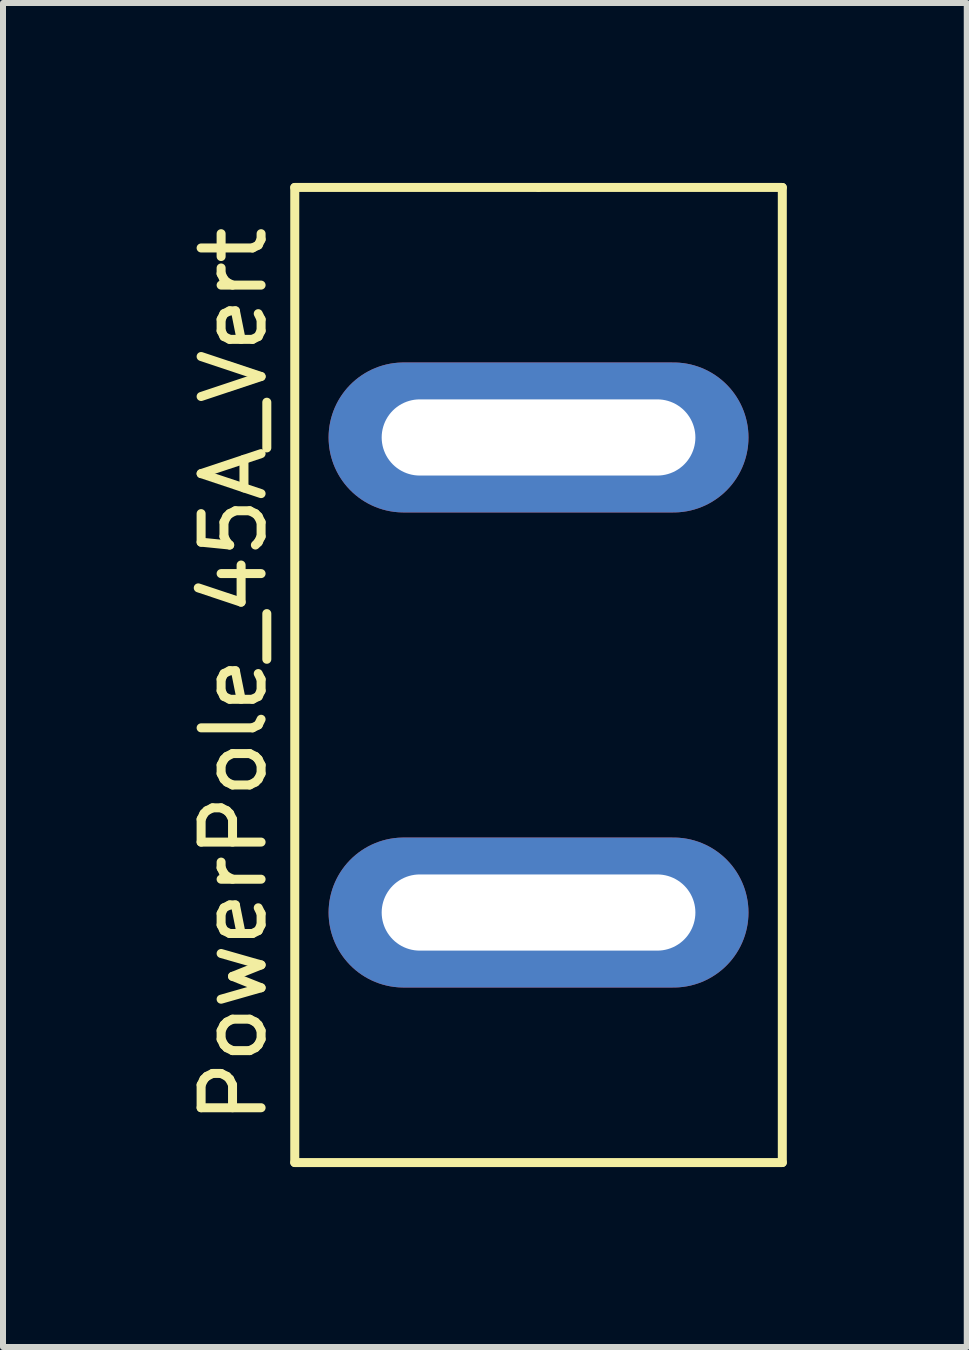
<source format=kicad_pcb>
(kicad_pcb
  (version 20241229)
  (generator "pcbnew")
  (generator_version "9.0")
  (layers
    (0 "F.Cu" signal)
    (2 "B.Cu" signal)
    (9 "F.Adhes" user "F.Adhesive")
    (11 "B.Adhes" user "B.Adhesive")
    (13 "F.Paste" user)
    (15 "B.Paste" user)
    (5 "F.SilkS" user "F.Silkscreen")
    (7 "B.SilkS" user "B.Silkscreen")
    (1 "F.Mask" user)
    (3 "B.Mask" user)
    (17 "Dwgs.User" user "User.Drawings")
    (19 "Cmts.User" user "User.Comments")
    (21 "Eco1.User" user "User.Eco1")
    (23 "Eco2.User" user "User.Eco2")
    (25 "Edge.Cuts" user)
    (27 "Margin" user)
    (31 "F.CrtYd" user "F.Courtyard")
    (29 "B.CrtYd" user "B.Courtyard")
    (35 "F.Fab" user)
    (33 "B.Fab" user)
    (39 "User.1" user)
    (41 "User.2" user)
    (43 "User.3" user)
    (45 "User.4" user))
  (footprint "PowerPole_45A_Vert"
    (layer "F.Cu")
    (at 5.928 8.203)
    (property "Reference" "PowerPole_45A_Vert" (at -5.08 0 90) (layer "F.SilkS") (effects (font (size 1 1) (thickness 0.15))))
    (attr through_hole)
    (fp_line (start -4.064 -8.128) (end 0 -8.128) (stroke (width 0.15) (type solid)) (layer "F.SilkS"))
    (fp_line (start -4.064 8.128) (end -4.064 -8.128) (stroke (width 0.15) (type solid)) (layer "F.SilkS"))
    (fp_line (start 0 -8.128) (end 4.064 -8.128) (stroke (width 0.15) (type solid)) (layer "F.SilkS"))
    (fp_line (start 4.064 -8.128) (end 4.064 8.128) (stroke (width 0.15) (type solid)) (layer "F.SilkS"))
    (fp_line (start 4.064 8.128) (end -4.064 8.128) (stroke (width 0.15) (type solid)) (layer "F.SilkS"))
    (pad "1" thru_hole oval (at 0 -3.96) (size 7 2.5) (drill oval 5.23 1.27) (layers "*.Cu" "*.Mask"))
    (pad "2" thru_hole oval (at 0 3.96) (size 7 2.5) (drill oval 5.23 1.27) (layers "*.Cu" "*.Mask")))
  (gr_rect
    (start -3 -3)
    (end 13.067 19.406)
    (stroke (width 0.1) (type default))
    (fill no)
    (layer "Edge.Cuts")))
</source>
